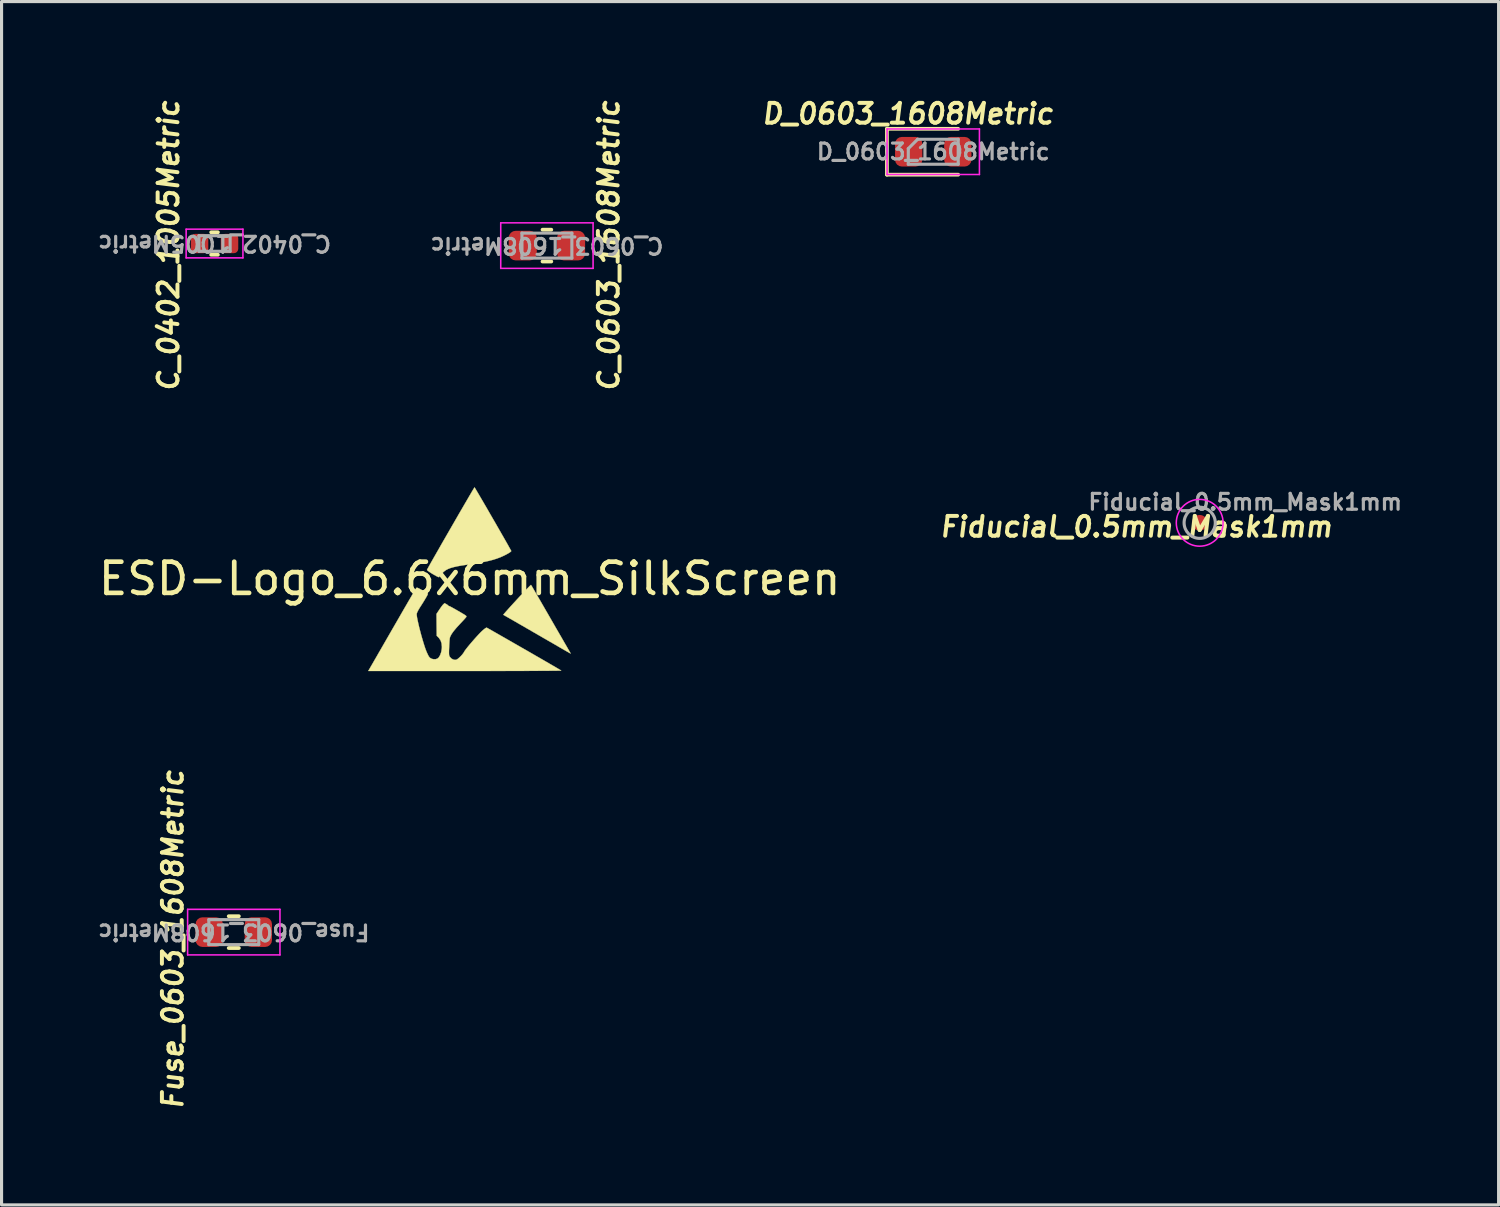
<source format=kicad_pcb>
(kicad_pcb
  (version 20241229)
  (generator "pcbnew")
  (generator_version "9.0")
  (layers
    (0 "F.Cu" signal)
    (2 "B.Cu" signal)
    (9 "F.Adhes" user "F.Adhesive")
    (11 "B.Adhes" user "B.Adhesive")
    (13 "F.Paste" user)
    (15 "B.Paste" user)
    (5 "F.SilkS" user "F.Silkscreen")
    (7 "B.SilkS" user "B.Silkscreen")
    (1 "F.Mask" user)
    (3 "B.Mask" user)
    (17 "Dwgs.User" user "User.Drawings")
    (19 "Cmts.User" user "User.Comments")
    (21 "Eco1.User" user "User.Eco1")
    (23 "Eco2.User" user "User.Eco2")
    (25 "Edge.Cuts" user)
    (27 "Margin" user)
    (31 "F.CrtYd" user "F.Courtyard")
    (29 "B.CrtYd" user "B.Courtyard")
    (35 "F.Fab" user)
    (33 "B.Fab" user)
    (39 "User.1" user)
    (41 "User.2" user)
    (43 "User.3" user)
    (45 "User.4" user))
  (footprint "Fuse_0603_1608Metric"
    (layer "F.Cu")
    (at 4.444 26.829)
    (property "Reference" "Fuse_0603_1608Metric" (at -1.956 0.229 90) (unlocked yes) (layer "F.SilkS") (effects (font (size 0.635 0.635) (thickness 0.127) (italic yes))))
    (attr smd)
    (fp_line (start -0.163 -0.51) (end 0.163 -0.51) (stroke (width 0.12) (type solid)) (layer "F.SilkS"))
    (fp_line (start -0.163 0.51) (end 0.163 0.51) (stroke (width 0.12) (type solid)) (layer "F.SilkS"))
    (fp_line (start -1.48 -0.73) (end 1.48 -0.73) (stroke (width 0.05) (type solid)) (layer "F.CrtYd"))
    (fp_line (start -1.48 0.73) (end -1.48 -0.73) (stroke (width 0.05) (type solid)) (layer "F.CrtYd"))
    (fp_line (start 1.48 -0.73) (end 1.48 0.73) (stroke (width 0.05) (type solid)) (layer "F.CrtYd"))
    (fp_line (start 1.48 0.73) (end -1.48 0.73) (stroke (width 0.05) (type solid)) (layer "F.CrtYd"))
    (fp_line (start -0.8 -0.4) (end 0.8 -0.4) (stroke (width 0.1) (type solid)) (layer "F.Fab"))
    (fp_line (start -0.8 0.4) (end -0.8 -0.4) (stroke (width 0.1) (type solid)) (layer "F.Fab"))
    (fp_line (start 0.8 -0.4) (end 0.8 0.4) (stroke (width 0.1) (type solid)) (layer "F.Fab"))
    (fp_line (start 0.8 0.4) (end -0.8 0.4) (stroke (width 0.1) (type solid)) (layer "F.Fab"))
    (fp_text user "${REFERENCE}" (at 0 0 180) (unlocked yes) (layer "F.Fab") (effects (font (size 0.508 0.508) (thickness 0.102))))
    (pad "1" smd roundrect (at -0.787 0) (size 0.875 0.95) (layers "F.Cu" "F.Mask" "F.Paste") (roundrect_rratio 0.25))
    (pad "2" smd roundrect (at 0.787 0) (size 0.875 0.95) (layers "F.Cu" "F.Mask" "F.Paste") (roundrect_rratio 0.25)))
  (footprint "D_0603_1608Metric"
    (layer "F.Cu")
    (at 26.865 1.814)
    (property "Reference" "D_0603_1608Metric" (at -0.813 -1.219 0) (unlocked yes) (layer "F.SilkS") (effects (font (size 0.635 0.635) (thickness 0.127) (italic yes))))
    (attr smd)
    (fp_line (start -1.485 -0.735) (end -1.485 0.735) (stroke (width 0.12) (type solid)) (layer "F.SilkS"))
    (fp_line (start -1.485 0.735) (end 0.8 0.735) (stroke (width 0.12) (type solid)) (layer "F.SilkS"))
    (fp_line (start 0.8 -0.735) (end -1.485 -0.735) (stroke (width 0.12) (type solid)) (layer "F.SilkS"))
    (fp_line (start -1.48 -0.73) (end 1.48 -0.73) (stroke (width 0.05) (type solid)) (layer "F.CrtYd"))
    (fp_line (start -1.48 0.73) (end -1.48 -0.73) (stroke (width 0.05) (type solid)) (layer "F.CrtYd"))
    (fp_line (start 1.48 -0.73) (end 1.48 0.73) (stroke (width 0.05) (type solid)) (layer "F.CrtYd"))
    (fp_line (start 1.48 0.73) (end -1.48 0.73) (stroke (width 0.05) (type solid)) (layer "F.CrtYd"))
    (fp_line (start -0.8 -0.1) (end -0.8 0.4) (stroke (width 0.1) (type solid)) (layer "F.Fab"))
    (fp_line (start -0.8 0.4) (end 0.8 0.4) (stroke (width 0.1) (type solid)) (layer "F.Fab"))
    (fp_line (start -0.5 -0.4) (end -0.8 -0.1) (stroke (width 0.1) (type solid)) (layer "F.Fab"))
    (fp_line (start 0.8 -0.4) (end -0.5 -0.4) (stroke (width 0.1) (type solid)) (layer "F.Fab"))
    (fp_line (start 0.8 0.4) (end 0.8 -0.4) (stroke (width 0.1) (type solid)) (layer "F.Fab"))
    (fp_text user "${REFERENCE}" (at 0 0 0) (unlocked yes) (layer "F.Fab") (effects (font (size 0.508 0.508) (thickness 0.102))))
    (pad "1" smd roundrect (at -0.787 0) (size 0.875 0.95) (layers "F.Cu" "F.Mask" "F.Paste") (roundrect_rratio 0.25))
    (pad "2" smd roundrect (at 0.787 0) (size 0.875 0.95) (layers "F.Cu" "F.Mask" "F.Paste") (roundrect_rratio 0.25)))
  (footprint "Fiducial_0.5mm_Mask1mm"
    (layer "F.Cu")
    (at 35.406 13.708)
    (property "Reference" "Fiducial_0.5mm_Mask1mm" (at -2.032 0.127 0) (unlocked yes) (layer "F.SilkS") (effects (font (size 0.635 0.635) (thickness 0.127) (italic yes))))
    (attr smd exclude_from_bom)
    (fp_circle (center 0 0) (end 0.75 0) (stroke (width 0.05) (type solid)) (fill no) (layer "F.CrtYd"))
    (fp_circle (center 0 0) (end 0.5 0) (stroke (width 0.1) (type solid)) (fill no) (layer "F.Fab"))
    (fp_text user "${REFERENCE}" (at 1.46 -0.665 0) (unlocked yes) (layer "F.Fab") (effects (font (size 0.508 0.508) (thickness 0.102))))
    (pad "" smd circle (at 0 0) (size 0.5 0.5) (layers "F.Cu" "F.Mask")))
  (footprint "C_0402_1005Metric"
    (layer "F.Cu")
    (at 3.827 4.756)
    (property "Reference" "C_0402_1005Metric" (at -1.476 0.068 90) (unlocked yes) (layer "F.SilkS") (effects (font (size 0.635 0.635) (thickness 0.127) (italic yes))))
    (attr smd)
    (fp_line (start -0.108 -0.36) (end 0.108 -0.36) (stroke (width 0.12) (type solid)) (layer "F.SilkS"))
    (fp_line (start -0.108 0.36) (end 0.108 0.36) (stroke (width 0.12) (type solid)) (layer "F.SilkS"))
    (fp_line (start -0.91 -0.46) (end 0.91 -0.46) (stroke (width 0.05) (type solid)) (layer "F.CrtYd"))
    (fp_line (start -0.91 0.46) (end -0.91 -0.46) (stroke (width 0.05) (type solid)) (layer "F.CrtYd"))
    (fp_line (start 0.91 -0.46) (end 0.91 0.46) (stroke (width 0.05) (type solid)) (layer "F.CrtYd"))
    (fp_line (start 0.91 0.46) (end -0.91 0.46) (stroke (width 0.05) (type solid)) (layer "F.CrtYd"))
    (fp_line (start -0.5 -0.25) (end 0.5 -0.25) (stroke (width 0.1) (type solid)) (layer "F.Fab"))
    (fp_line (start -0.5 0.25) (end -0.5 -0.25) (stroke (width 0.1) (type solid)) (layer "F.Fab"))
    (fp_line (start 0.5 -0.25) (end 0.5 0.25) (stroke (width 0.1) (type solid)) (layer "F.Fab"))
    (fp_line (start 0.5 0.25) (end -0.5 0.25) (stroke (width 0.1) (type solid)) (layer "F.Fab"))
    (fp_text user "${REFERENCE}" (at 0 0 180) (unlocked yes) (layer "F.Fab") (effects (font (size 0.508 0.508) (thickness 0.102))))
    (pad "1" smd roundrect (at -0.48 0) (size 0.56 0.62) (layers "F.Cu" "F.Mask" "F.Paste") (roundrect_rratio 0.25))
    (pad "2" smd roundrect (at 0.48 0) (size 0.56 0.62) (layers "F.Cu" "F.Mask" "F.Paste") (roundrect_rratio 0.25)))
  (footprint "ESD-Logo_6.6x6mm_SilkScreen"
    (layer "F.Cu")
    (at 12.006 15.5)
    (property "Reference" "ESD-Logo_6.6x6mm_SilkScreen" (at 0 0 180) (layer "F.SilkS") (effects (font (size 1 1) (thickness 0.15))))
    (attr exclude_from_pos_files exclude_from_bom)
    (fp_poly (pts (xy 1.988 0.235) (xy 1.999 0.254) (xy 2.024 0.297) (xy 2.063 0.364) (xy 2.113 0.45) (xy 2.174 0.555) (xy 2.244 0.675) (xy 2.321 0.809) (xy 2.405 0.955) (xy 2.495 1.11) (xy 2.587 1.27) (xy 2.681 1.433) (xy 2.771 1.59) (xy 2.857 1.738) (xy 2.936 1.874) (xy 3.007 1.998) (xy 3.069 2.105) (xy 3.121 2.195) (xy 3.161 2.265) (xy 3.189 2.313) (xy 3.202 2.335) (xy 3.223 2.372) (xy 3.234 2.396) (xy 3.235 2.4) (xy 3.221 2.392) (xy 3.182 2.37) (xy 3.12 2.335) (xy 3.038 2.288) (xy 2.937 2.23) (xy 2.82 2.162) (xy 2.688 2.085) (xy 2.543 2.002) (xy 2.387 1.912) (xy 2.223 1.817) (xy 2.161 1.781) (xy 1.993 1.684) (xy 1.834 1.592) (xy 1.684 1.505) (xy 1.546 1.426) (xy 1.422 1.354) (xy 1.314 1.292) (xy 1.223 1.24) (xy 1.153 1.2) (xy 1.104 1.172) (xy 1.08 1.158) (xy 1.077 1.157) (xy 1.085 1.145) (xy 1.111 1.114) (xy 1.153 1.066) (xy 1.208 1.004) (xy 1.274 0.93) (xy 1.347 0.849) (xy 1.426 0.763) (xy 1.508 0.674) (xy 1.589 0.586) (xy 1.668 0.502) (xy 1.741 0.423) (xy 1.807 0.354) (xy 1.862 0.298) (xy 1.903 0.256) (xy 1.917 0.242) (xy 1.964 0.198) (xy 1.988 0.235)) (stroke (width 0.01) (type solid)) (fill yes) (layer "F.SilkS"))
    (fp_poly (pts (xy 0.164 -2.914) (xy 0.187 -2.877) (xy 0.223 -2.817) (xy 0.269 -2.739) (xy 0.325 -2.643) (xy 0.389 -2.534) (xy 0.46 -2.412) (xy 0.536 -2.282) (xy 0.615 -2.144) (xy 0.697 -2.002) (xy 0.78 -1.859) (xy 0.862 -1.717) (xy 0.942 -1.577) (xy 1.018 -1.444) (xy 1.09 -1.319) (xy 1.155 -1.205) (xy 1.212 -1.105) (xy 1.259 -1.02) (xy 1.296 -0.954) (xy 1.321 -0.909) (xy 1.332 -0.888) (xy 1.332 -0.886) (xy 1.319 -0.868) (xy 1.281 -0.84) (xy 1.224 -0.805) (xy 1.152 -0.766) (xy 1.077 -0.729) (xy 0.975 -0.684) (xy 0.867 -0.644) (xy 0.75 -0.607) (xy 0.621 -0.573) (xy 0.475 -0.541) (xy 0.309 -0.51) (xy 0.119 -0.479) (xy -0.078 -0.45) (xy -0.248 -0.424) (xy -0.391 -0.399) (xy -0.511 -0.372) (xy -0.61 -0.344) (xy -0.693 -0.312) (xy -0.763 -0.275) (xy -0.823 -0.231) (xy -0.878 -0.181) (xy -0.896 -0.162) (xy -0.934 -0.119) (xy -0.962 -0.083) (xy -0.975 -0.062) (xy -0.976 -0.061) (xy -0.98 -0.05) (xy -0.996 -0.05) (xy -1.027 -0.062) (xy -1.075 -0.087) (xy -1.144 -0.126) (xy -1.193 -0.154) (xy -1.264 -0.199) (xy -1.32 -0.237) (xy -1.356 -0.266) (xy -1.369 -0.283) (xy -1.369 -0.283) (xy -1.361 -0.299) (xy -1.339 -0.34) (xy -1.304 -0.402) (xy -1.258 -0.485) (xy -1.201 -0.586) (xy -1.135 -0.702) (xy -1.061 -0.831) (xy -0.98 -0.972) (xy -0.895 -1.122) (xy -0.805 -1.278) (xy -0.713 -1.438) (xy -0.619 -1.601) (xy -0.525 -1.764) (xy -0.432 -1.925) (xy -0.342 -2.082) (xy -0.255 -2.231) (xy -0.173 -2.372) (xy -0.097 -2.502) (xy -0.029 -2.619) (xy 0.03 -2.72) (xy 0.079 -2.804) (xy 0.117 -2.868) (xy 0.143 -2.909) (xy 0.154 -2.927) (xy 0.155 -2.927) (xy 0.164 -2.914)) (stroke (width 0.01) (type solid)) (fill yes) (layer "F.SilkS"))
    (fp_poly (pts (xy -1.678 0.291) (xy -1.645 0.304) (xy -1.596 0.329) (xy -1.525 0.368) (xy -1.519 0.371) (xy -1.454 0.408) (xy -1.398 0.441) (xy -1.359 0.466) (xy -1.34 0.48) (xy -1.339 0.48) (xy -1.344 0.499) (xy -1.365 0.542) (xy -1.4 0.605) (xy -1.449 0.687) (xy -1.509 0.785) (xy -1.581 0.898) (xy -1.599 0.925) (xy -1.645 1.002) (xy -1.679 1.068) (xy -1.697 1.117) (xy -1.699 1.127) (xy -1.698 1.169) (xy -1.689 1.237) (xy -1.672 1.326) (xy -1.649 1.431) (xy -1.622 1.548) (xy -1.59 1.673) (xy -1.556 1.801) (xy -1.52 1.928) (xy -1.484 2.049) (xy -1.449 2.161) (xy -1.416 2.259) (xy -1.385 2.338) (xy -1.364 2.385) (xy -1.34 2.435) (xy -1.316 2.483) (xy -1.315 2.486) (xy -1.276 2.534) (xy -1.22 2.567) (xy -1.154 2.582) (xy -1.088 2.58) (xy -1.029 2.558) (xy -0.996 2.529) (xy -0.948 2.451) (xy -0.913 2.352) (xy -0.894 2.245) (xy -0.891 2.184) (xy -0.902 2.07) (xy -0.934 1.976) (xy -0.989 1.896) (xy -1.006 1.879) (xy -1.057 1.829) (xy -1.061 1.479) (xy -1.064 1.129) (xy -0.975 0.995) (xy -0.933 0.933) (xy -0.893 0.878) (xy -0.86 0.837) (xy -0.846 0.822) (xy -0.806 0.785) (xy -0.751 0.814) (xy -0.717 0.835) (xy -0.698 0.851) (xy -0.697 0.854) (xy -0.684 0.867) (xy -0.662 0.876) (xy -0.641 0.884) (xy -0.608 0.9) (xy -0.562 0.925) (xy -0.498 0.961) (xy -0.415 1.008) (xy -0.309 1.069) (xy -0.252 1.103) (xy -0.184 1.143) (xy -0.14 1.172) (xy -0.115 1.192) (xy -0.106 1.208) (xy -0.107 1.222) (xy -0.109 1.225) (xy -0.125 1.245) (xy -0.158 1.284) (xy -0.205 1.336) (xy -0.262 1.397) (xy -0.311 1.449) (xy -0.425 1.573) (xy -0.514 1.68) (xy -0.579 1.771) (xy -0.621 1.849) (xy -0.635 1.888) (xy -0.641 1.922) (xy -0.647 1.981) (xy -0.652 2.057) (xy -0.657 2.144) (xy -0.659 2.199) (xy -0.663 2.294) (xy -0.664 2.364) (xy -0.663 2.413) (xy -0.66 2.448) (xy -0.653 2.473) (xy -0.644 2.493) (xy -0.636 2.506) (xy -0.592 2.555) (xy -0.534 2.589) (xy -0.474 2.603) (xy -0.429 2.598) (xy -0.388 2.575) (xy -0.337 2.533) (xy -0.283 2.481) (xy -0.233 2.425) (xy -0.194 2.372) (xy -0.179 2.346) (xy -0.158 2.311) (xy -0.118 2.257) (xy -0.065 2.19) (xy -0.001 2.112) (xy 0.07 2.029) (xy 0.144 1.944) (xy 0.218 1.861) (xy 0.288 1.785) (xy 0.35 1.72) (xy 0.399 1.673) (xy 0.454 1.625) (xy 0.5 1.59) (xy 0.532 1.571) (xy 0.542 1.569) (xy 0.559 1.577) (xy 0.6 1.6) (xy 0.663 1.635) (xy 0.745 1.682) (xy 0.845 1.739) (xy 0.96 1.805) (xy 1.088 1.878) (xy 1.226 1.957) (xy 1.372 2.041) (xy 1.524 2.128) (xy 1.679 2.217) (xy 1.835 2.306) (xy 1.989 2.395) (xy 2.139 2.482) (xy 2.284 2.565) (xy 2.42 2.644) (xy 2.545 2.716) (xy 2.656 2.781) (xy 2.753 2.837) (xy 2.831 2.883) (xy 2.889 2.917) (xy 2.924 2.938) (xy 2.934 2.945) (xy 2.92 2.946) (xy 2.877 2.948) (xy 2.806 2.949) (xy 2.708 2.95) (xy 2.584 2.951) (xy 2.437 2.952) (xy 2.268 2.953) (xy 2.078 2.954) (xy 1.868 2.955) (xy 1.64 2.956) (xy 1.396 2.956) (xy 1.137 2.957) (xy 0.864 2.957) (xy 0.579 2.958) (xy 0.282 2.958) (xy -0.023 2.958) (xy -0.151 2.958) (xy -3.251 2.958) (xy -3.03 2.575) (xy -2.983 2.494) (xy -2.923 2.389) (xy -2.851 2.265) (xy -2.77 2.124) (xy -2.682 1.971) (xy -2.588 1.808) (xy -2.491 1.639) (xy -2.392 1.468) (xy -2.294 1.298) (xy -2.269 1.255) (xy -2.179 1.098) (xy -2.093 0.949) (xy -2.012 0.81) (xy -1.938 0.682) (xy -1.872 0.569) (xy -1.816 0.473) (xy -1.77 0.395) (xy -1.736 0.338) (xy -1.716 0.305) (xy -1.71 0.296) (xy -1.698 0.289) (xy -1.678 0.291)) (stroke (width 0.01) (type solid)) (fill yes) (layer "F.SilkS")))
  (footprint "C_0603_1608Metric"
    (layer "F.Cu")
    (at 14.481 4.823)
    (property "Reference" "C_0603_1608Metric" (at 1.981 0 90) (unlocked yes) (layer "F.SilkS") (effects (font (size 0.635 0.635) (thickness 0.127) (italic yes))))
    (attr smd)
    (fp_line (start -0.141 -0.51) (end 0.141 -0.51) (stroke (width 0.12) (type solid)) (layer "F.SilkS"))
    (fp_line (start -0.141 0.51) (end 0.141 0.51) (stroke (width 0.12) (type solid)) (layer "F.SilkS"))
    (fp_line (start -1.48 -0.73) (end 1.48 -0.73) (stroke (width 0.05) (type solid)) (layer "F.CrtYd"))
    (fp_line (start -1.48 0.73) (end -1.48 -0.73) (stroke (width 0.05) (type solid)) (layer "F.CrtYd"))
    (fp_line (start 1.48 -0.73) (end 1.48 0.73) (stroke (width 0.05) (type solid)) (layer "F.CrtYd"))
    (fp_line (start 1.48 0.73) (end -1.48 0.73) (stroke (width 0.05) (type solid)) (layer "F.CrtYd"))
    (fp_line (start -0.8 -0.4) (end 0.8 -0.4) (stroke (width 0.1) (type solid)) (layer "F.Fab"))
    (fp_line (start -0.8 0.4) (end -0.8 -0.4) (stroke (width 0.1) (type solid)) (layer "F.Fab"))
    (fp_line (start 0.8 -0.4) (end 0.8 0.4) (stroke (width 0.1) (type solid)) (layer "F.Fab"))
    (fp_line (start 0.8 0.4) (end -0.8 0.4) (stroke (width 0.1) (type solid)) (layer "F.Fab"))
    (fp_text user "${REFERENCE}" (at 0 0 180) (unlocked yes) (layer "F.Fab") (effects (font (size 0.508 0.508) (thickness 0.102))))
    (pad "1" smd roundrect (at -0.775 0) (size 0.9 0.95) (layers "F.Cu" "F.Mask" "F.Paste") (roundrect_rratio 0.25))
    (pad "2" smd roundrect (at 0.775 0) (size 0.9 0.95) (layers "F.Cu" "F.Mask" "F.Paste") (roundrect_rratio 0.25)))
  (gr_rect
    (start -3 -3)
    (end 44.987 35.572)
    (stroke (width 0.1) (type default))
    (fill no)
    (layer "Edge.Cuts")))
</source>
